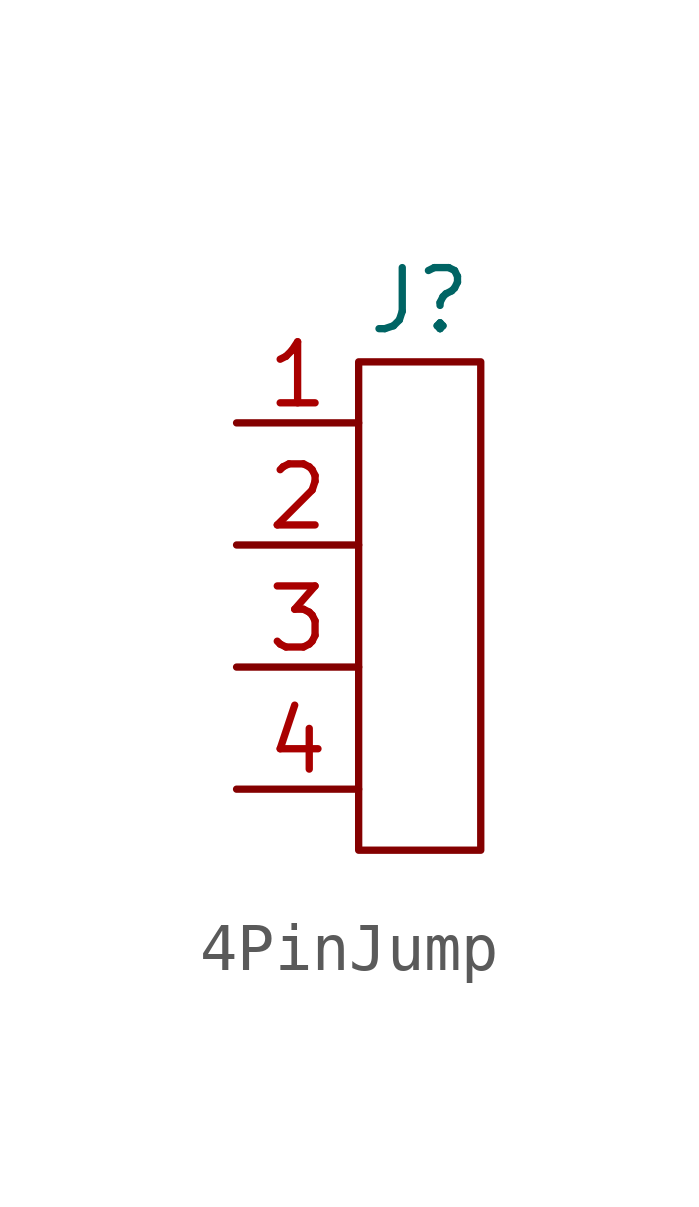
<source format=kicad_sym>
(kicad_symbol_lib
  (version 20211014)
  (generator kicad_symbol_editor)
  (symbol "4PinJump"
    (property "Reference" "J"
      (at 3.81 2.54 0)
      (effects (font (size 1.27 1.27))))
    (symbol "4PinJump_0_0"
      (pin unspecified line (at 0 0 0) (length 2.54) (name "" (effects (font (size 1.27 1.27)))) (number "1" (effects (font (size 1.27 1.27)))))
      (pin unspecified line (at 0 -2.54 0) (length 2.54) (name "" (effects (font (size 1.27 1.27)))) (number "2" (effects (font (size 1.27 1.27)))))
      (pin unspecified line (at 0 -5.08 0) (length 2.54) (name "" (effects (font (size 1.27 1.27)))) (number "3" (effects (font (size 1.27 1.27)))))
      (pin unspecified line (at 0 -7.62 0) (length 2.54) (name "" (effects (font (size 1.27 1.27)))) (number "4" (effects (font (size 1.27 1.27))))))
    (symbol "4PinJump_0_1"
      (rectangle (start 2.54 1.27) (end 5.08 -8.89) (stroke (width 0) (type default) (color 0 0 0 0)) (fill (type none))))))
</source>
